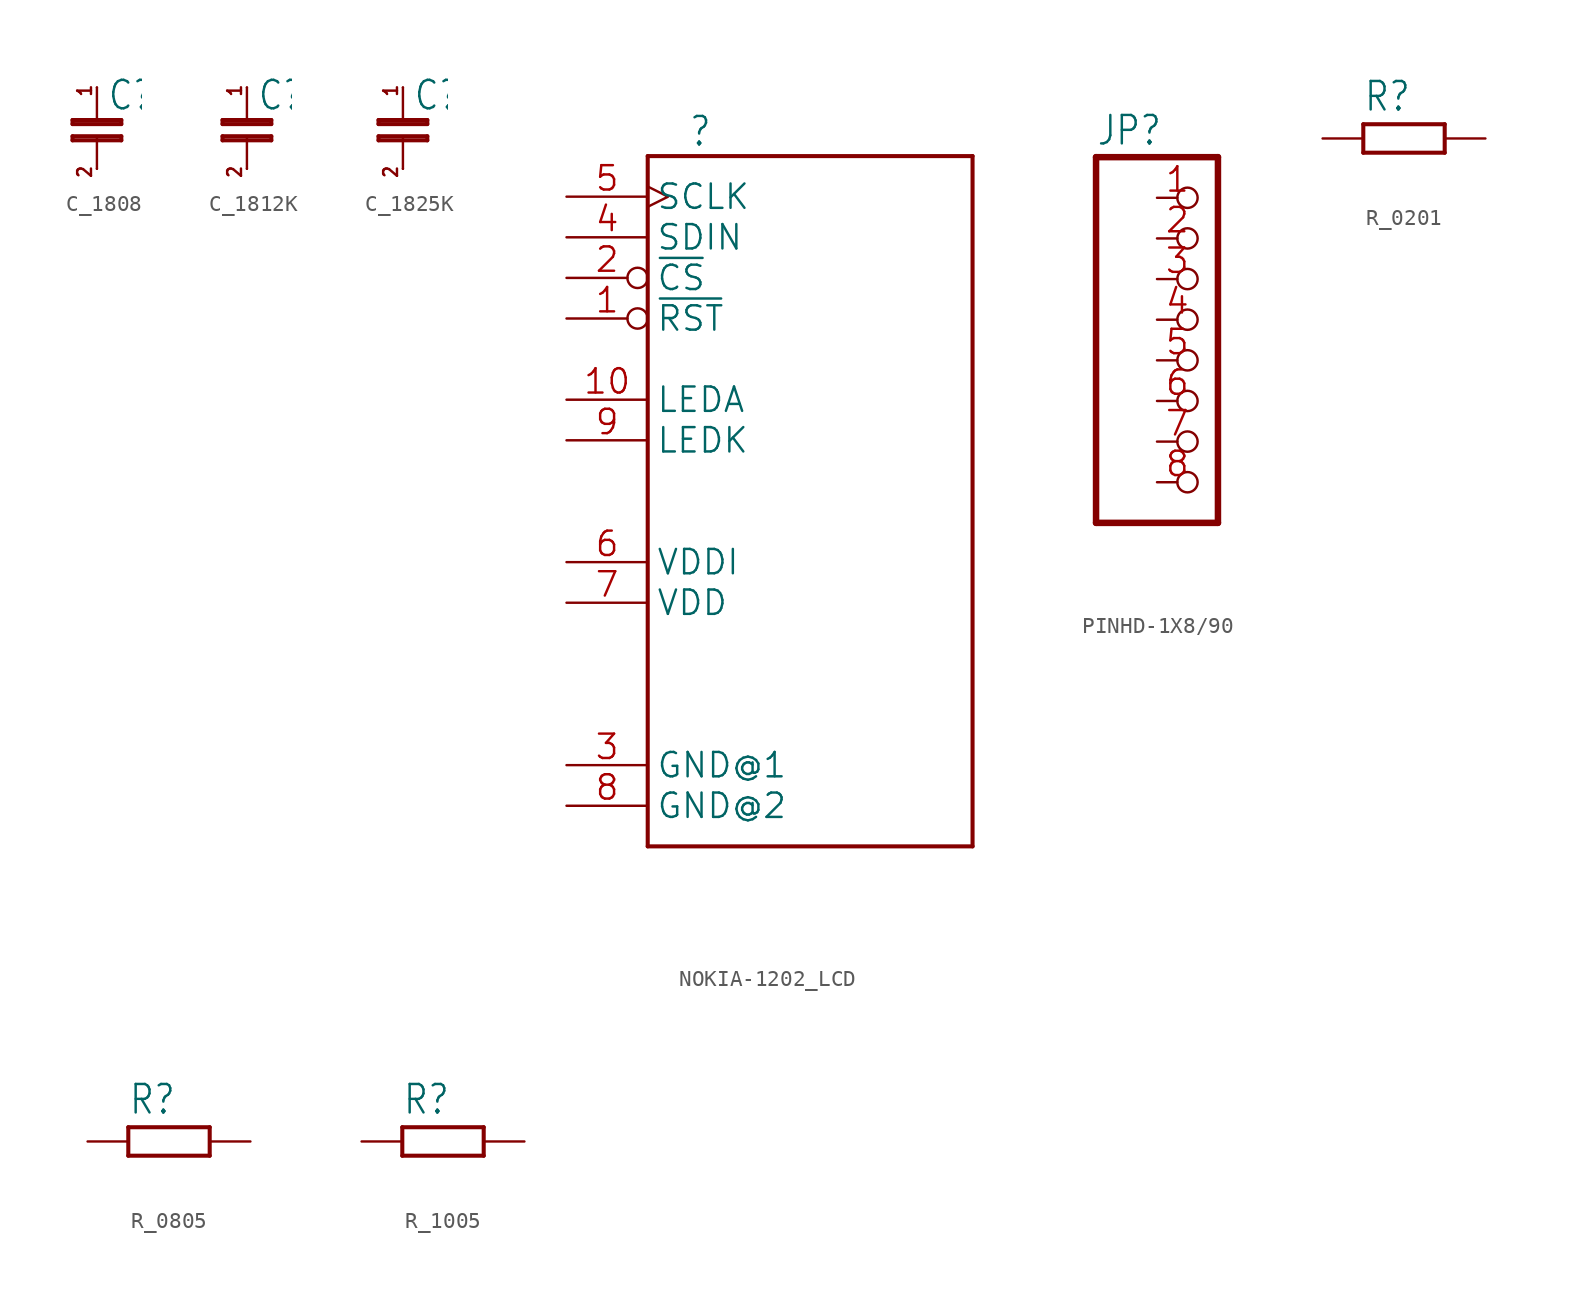
<source format=kicad_sym>
(kicad_symbol_lib
  (version 20241209)
  (generator "kicad_symbol_editor")
  (generator_version "9.0")
  (symbol "C_1808"
    (property "Reference" "C"
      (at 0.635 1.016 0)
      (effects (font (size 1.778 1.511)) (justify left bottom)))
    (property "Value" ""
      (at 0.508 -2.857 0)
      (effects (font (size 1.778 1.511)) (justify left bottom)))
    (property "ki_locked" ""
      (at 0 0 0)
      (effects (font (size 1.27 1.27))))
    (symbol "C_1808_1_0"
      (polyline (pts (xy -1.524 0.508) (xy -1.524 0.254)) (stroke (width 0.254) (type solid)) (fill (type none)))
      (polyline (pts (xy -1.524 0.254) (xy 1.524 0.254)) (stroke (width 0.254) (type solid)) (fill (type none)))
      (polyline (pts (xy -1.524 -0.508) (xy 1.524 -0.508)) (stroke (width 0.254) (type solid)) (fill (type none)))
      (polyline (pts (xy -1.524 -0.762) (xy -1.524 -0.508)) (stroke (width 0.254) (type solid)) (fill (type none)))
      (polyline (pts (xy 0 2.54) (xy 0 0.635)) (stroke (width 0.152) (type solid)) (fill (type none)))
      (polyline (pts (xy 0 -2.54) (xy 0 -0.635)) (stroke (width 0.152) (type solid)) (fill (type none)))
      (polyline (pts (xy 1.524 0.508) (xy -1.524 0.508)) (stroke (width 0.254) (type solid)) (fill (type none)))
      (polyline (pts (xy 1.524 0.254) (xy 1.524 0.508)) (stroke (width 0.254) (type solid)) (fill (type none)))
      (polyline (pts (xy 1.524 -0.508) (xy 1.524 -0.762)) (stroke (width 0.254) (type solid)) (fill (type none)))
      (polyline (pts (xy 1.524 -0.762) (xy -1.524 -0.762)) (stroke (width 0.254) (type solid)) (fill (type none)))
      (text "1" (at -1.27 2.794 900) (effects (font (size 0.864 0.734)) (justify right top)))
      (text "2" (at -1.27 -2.286 900) (effects (font (size 0.864 0.734)) (justify right top)))
      (pin passive line (at 0 2.54 270) (length 0) (name "1" (effects (font (size 0 0)))) (number "1" (effects (font (size 0 0)))))
      (pin passive line (at 0 -2.54 90) (length 0) (name "2" (effects (font (size 0 0)))) (number "2" (effects (font (size 0 0)))))))
  (symbol "C_1812K"
    (property "Reference" "C"
      (at 0.635 1.016 0)
      (effects (font (size 1.778 1.511)) (justify left bottom)))
    (property "Value" ""
      (at 0.508 -2.857 0)
      (effects (font (size 1.778 1.511)) (justify left bottom)))
    (property "ki_locked" ""
      (at 0 0 0)
      (effects (font (size 1.27 1.27))))
    (symbol "C_1812K_1_0"
      (polyline (pts (xy -1.524 0.508) (xy -1.524 0.254)) (stroke (width 0.254) (type solid)) (fill (type none)))
      (polyline (pts (xy -1.524 0.254) (xy 1.524 0.254)) (stroke (width 0.254) (type solid)) (fill (type none)))
      (polyline (pts (xy -1.524 -0.508) (xy 1.524 -0.508)) (stroke (width 0.254) (type solid)) (fill (type none)))
      (polyline (pts (xy -1.524 -0.762) (xy -1.524 -0.508)) (stroke (width 0.254) (type solid)) (fill (type none)))
      (polyline (pts (xy 0 2.54) (xy 0 0.635)) (stroke (width 0.152) (type solid)) (fill (type none)))
      (polyline (pts (xy 0 -2.54) (xy 0 -0.635)) (stroke (width 0.152) (type solid)) (fill (type none)))
      (polyline (pts (xy 1.524 0.508) (xy -1.524 0.508)) (stroke (width 0.254) (type solid)) (fill (type none)))
      (polyline (pts (xy 1.524 0.254) (xy 1.524 0.508)) (stroke (width 0.254) (type solid)) (fill (type none)))
      (polyline (pts (xy 1.524 -0.508) (xy 1.524 -0.762)) (stroke (width 0.254) (type solid)) (fill (type none)))
      (polyline (pts (xy 1.524 -0.762) (xy -1.524 -0.762)) (stroke (width 0.254) (type solid)) (fill (type none)))
      (text "1" (at -1.27 2.794 900) (effects (font (size 0.864 0.734)) (justify right top)))
      (text "2" (at -1.27 -2.286 900) (effects (font (size 0.864 0.734)) (justify right top)))
      (pin passive line (at 0 2.54 270) (length 0) (name "1" (effects (font (size 0 0)))) (number "1" (effects (font (size 0 0)))))
      (pin passive line (at 0 -2.54 90) (length 0) (name "2" (effects (font (size 0 0)))) (number "2" (effects (font (size 0 0)))))))
  (symbol "C_1825K"
    (property "Reference" "C"
      (at 0.635 1.016 0)
      (effects (font (size 1.778 1.511)) (justify left bottom)))
    (property "Value" ""
      (at 0.508 -2.857 0)
      (effects (font (size 1.778 1.511)) (justify left bottom)))
    (property "ki_locked" ""
      (at 0 0 0)
      (effects (font (size 1.27 1.27))))
    (symbol "C_1825K_1_0"
      (polyline (pts (xy -1.524 0.508) (xy -1.524 0.254)) (stroke (width 0.254) (type solid)) (fill (type none)))
      (polyline (pts (xy -1.524 0.254) (xy 1.524 0.254)) (stroke (width 0.254) (type solid)) (fill (type none)))
      (polyline (pts (xy -1.524 -0.508) (xy 1.524 -0.508)) (stroke (width 0.254) (type solid)) (fill (type none)))
      (polyline (pts (xy -1.524 -0.762) (xy -1.524 -0.508)) (stroke (width 0.254) (type solid)) (fill (type none)))
      (polyline (pts (xy 0 2.54) (xy 0 0.635)) (stroke (width 0.152) (type solid)) (fill (type none)))
      (polyline (pts (xy 0 -2.54) (xy 0 -0.635)) (stroke (width 0.152) (type solid)) (fill (type none)))
      (polyline (pts (xy 1.524 0.508) (xy -1.524 0.508)) (stroke (width 0.254) (type solid)) (fill (type none)))
      (polyline (pts (xy 1.524 0.254) (xy 1.524 0.508)) (stroke (width 0.254) (type solid)) (fill (type none)))
      (polyline (pts (xy 1.524 -0.508) (xy 1.524 -0.762)) (stroke (width 0.254) (type solid)) (fill (type none)))
      (polyline (pts (xy 1.524 -0.762) (xy -1.524 -0.762)) (stroke (width 0.254) (type solid)) (fill (type none)))
      (text "1" (at -1.27 2.794 900) (effects (font (size 0.864 0.734)) (justify right top)))
      (text "2" (at -1.27 -2.286 900) (effects (font (size 0.864 0.734)) (justify right top)))
      (pin passive line (at 0 2.54 270) (length 0) (name "1" (effects (font (size 0 0)))) (number "1" (effects (font (size 0 0)))))
      (pin passive line (at 0 -2.54 90) (length 0) (name "2" (effects (font (size 0 0)))) (number "2" (effects (font (size 0 0)))))))
  (symbol "NOKIA-1202_LCD"
    (property "Reference" ""
      (at -7.62 23.368 0)
      (effects (font (size 1.778 1.511)) (justify left bottom)))
    (property "Value" ""
      (at -7.62 -22.86 0)
      (effects (font (size 1.778 1.511)) (justify left bottom)))
    (property "ki_locked" ""
      (at 0 0 0)
      (effects (font (size 1.27 1.27))))
    (symbol "NOKIA-1202_LCD_1_0"
      (polyline (pts (xy -10.16 22.86) (xy 10.16 22.86)) (stroke (width 0.254) (type solid)) (fill (type none)))
      (polyline (pts (xy -10.16 -20.32) (xy -10.16 22.86)) (stroke (width 0.254) (type solid)) (fill (type none)))
      (polyline (pts (xy 10.16 22.86) (xy 10.16 -20.32)) (stroke (width 0.254) (type solid)) (fill (type none)))
      (polyline (pts (xy 10.16 -20.32) (xy -10.16 -20.32)) (stroke (width 0.254) (type solid)) (fill (type none)))
      (pin input clock (at -15.24 20.32 0) (length 5.08) (name "SCLK" (effects (font (size 1.524 1.524)))) (number "5" (effects (font (size 1.524 1.524)))))
      (pin input line (at -15.24 17.78 0) (length 5.08) (name "SDIN" (effects (font (size 1.524 1.524)))) (number "4" (effects (font (size 1.524 1.524)))))
      (pin input inverted (at -15.24 15.24 0) (length 5.08) (name "~{CS}" (effects (font (size 1.524 1.524)))) (number "2" (effects (font (size 1.524 1.524)))))
      (pin input inverted (at -15.24 12.7 0) (length 5.08) (name "~{RST}" (effects (font (size 1.524 1.524)))) (number "1" (effects (font (size 1.524 1.524)))))
      (pin passive line (at -15.24 7.62 0) (length 5.08) (name "LEDA" (effects (font (size 1.524 1.524)))) (number "10" (effects (font (size 1.524 1.524)))))
      (pin passive line (at -15.24 5.08 0) (length 5.08) (name "LEDK" (effects (font (size 1.524 1.524)))) (number "9" (effects (font (size 1.524 1.524)))))
      (pin power_in line (at -15.24 -2.54 0) (length 5.08) (name "VDDI" (effects (font (size 1.524 1.524)))) (number "6" (effects (font (size 1.524 1.524)))))
      (pin power_in line (at -15.24 -5.08 0) (length 5.08) (name "VDD" (effects (font (size 1.524 1.524)))) (number "7" (effects (font (size 1.524 1.524)))))
      (pin power_in line (at -15.24 -15.24 0) (length 5.08) (name "GND@1" (effects (font (size 1.524 1.524)))) (number "3" (effects (font (size 1.524 1.524)))))
      (pin power_in line (at -15.24 -17.78 0) (length 5.08) (name "GND@2" (effects (font (size 1.524 1.524)))) (number "8" (effects (font (size 1.524 1.524)))))))
  (symbol "PINHD-1X8/90"
    (property "Reference" "JP"
      (at -6.35 13.335 0)
      (effects (font (size 1.778 1.511)) (justify left bottom)))
    (property "Value" ""
      (at -6.35 -12.7 0)
      (effects (font (size 1.778 1.511)) (justify left bottom)))
    (property "ki_locked" ""
      (at 0 0 0)
      (effects (font (size 1.27 1.27))))
    (symbol "PINHD-1X8/90_1_0"
      (polyline (pts (xy -6.35 12.7) (xy -6.35 -10.16)) (stroke (width 0.406) (type solid)) (fill (type none)))
      (polyline (pts (xy -6.35 -10.16) (xy 1.27 -10.16)) (stroke (width 0.406) (type solid)) (fill (type none)))
      (polyline (pts (xy 1.27 12.7) (xy -6.35 12.7)) (stroke (width 0.406) (type solid)) (fill (type none)))
      (polyline (pts (xy 1.27 -10.16) (xy 1.27 12.7)) (stroke (width 0.406) (type solid)) (fill (type none)))
      (pin passive inverted (at -2.54 10.16 0) (length 2.54) (name "1" (effects (font (size 0 0)))) (number "1" (effects (font (size 1.524 1.524)))))
      (pin passive inverted (at -2.54 7.62 0) (length 2.54) (name "2" (effects (font (size 0 0)))) (number "2" (effects (font (size 1.524 1.524)))))
      (pin passive inverted (at -2.54 5.08 0) (length 2.54) (name "3" (effects (font (size 0 0)))) (number "3" (effects (font (size 1.524 1.524)))))
      (pin passive inverted (at -2.54 2.54 0) (length 2.54) (name "4" (effects (font (size 0 0)))) (number "4" (effects (font (size 1.524 1.524)))))
      (pin passive inverted (at -2.54 0 0) (length 2.54) (name "5" (effects (font (size 0 0)))) (number "5" (effects (font (size 1.524 1.524)))))
      (pin passive inverted (at -2.54 -2.54 0) (length 2.54) (name "6" (effects (font (size 0 0)))) (number "6" (effects (font (size 1.524 1.524)))))
      (pin passive inverted (at -2.54 -5.08 0) (length 2.54) (name "7" (effects (font (size 0 0)))) (number "7" (effects (font (size 1.524 1.524)))))
      (pin passive inverted (at -2.54 -7.62 0) (length 2.54) (name "8" (effects (font (size 0 0)))) (number "8" (effects (font (size 1.524 1.524)))))))
  (symbol "R_0201"
    (property "Reference" "R"
      (at -2.54 1.587 0)
      (effects (font (size 1.778 1.511)) (justify left bottom)))
    (property "Value" ""
      (at -2.54 -3.175 0)
      (effects (font (size 1.778 1.511)) (justify left bottom)))
    (property "ki_locked" ""
      (at 0 0 0)
      (effects (font (size 1.27 1.27))))
    (symbol "R_0201_1_0"
      (polyline (pts (xy -2.54 0.889) (xy 2.54 0.889)) (stroke (width 0.254) (type solid)) (fill (type none)))
      (polyline (pts (xy -2.54 -0.889) (xy -2.54 0.889)) (stroke (width 0.254) (type solid)) (fill (type none)))
      (polyline (pts (xy 2.54 0.889) (xy 2.54 -0.889)) (stroke (width 0.254) (type solid)) (fill (type none)))
      (polyline (pts (xy 2.54 -0.889) (xy -2.54 -0.889)) (stroke (width 0.254) (type solid)) (fill (type none)))
      (pin passive line (at -5.08 0 0) (length 2.54) (name "1" (effects (font (size 0 0)))) (number "1" (effects (font (size 0 0)))))
      (pin passive line (at 5.08 0 180) (length 2.54) (name "2" (effects (font (size 0 0)))) (number "2" (effects (font (size 0 0)))))))
  (symbol "R_0805"
    (property "Reference" "R"
      (at -2.54 1.587 0)
      (effects (font (size 1.778 1.511)) (justify left bottom)))
    (property "Value" ""
      (at -2.54 -3.175 0)
      (effects (font (size 1.778 1.511)) (justify left bottom)))
    (property "ki_locked" ""
      (at 0 0 0)
      (effects (font (size 1.27 1.27))))
    (symbol "R_0805_1_0"
      (polyline (pts (xy -2.54 0.889) (xy 2.54 0.889)) (stroke (width 0.254) (type solid)) (fill (type none)))
      (polyline (pts (xy -2.54 -0.889) (xy -2.54 0.889)) (stroke (width 0.254) (type solid)) (fill (type none)))
      (polyline (pts (xy 2.54 0.889) (xy 2.54 -0.889)) (stroke (width 0.254) (type solid)) (fill (type none)))
      (polyline (pts (xy 2.54 -0.889) (xy -2.54 -0.889)) (stroke (width 0.254) (type solid)) (fill (type none)))
      (pin passive line (at -5.08 0 0) (length 2.54) (name "1" (effects (font (size 0 0)))) (number "1" (effects (font (size 0 0)))))
      (pin passive line (at 5.08 0 180) (length 2.54) (name "2" (effects (font (size 0 0)))) (number "2" (effects (font (size 0 0)))))))
  (symbol "R_1005"
    (property "Reference" "R"
      (at -2.54 1.587 0)
      (effects (font (size 1.778 1.511)) (justify left bottom)))
    (property "Value" ""
      (at -2.54 -3.175 0)
      (effects (font (size 1.778 1.511)) (justify left bottom)))
    (property "ki_locked" ""
      (at 0 0 0)
      (effects (font (size 1.27 1.27))))
    (symbol "R_1005_1_0"
      (polyline (pts (xy -2.54 0.889) (xy 2.54 0.889)) (stroke (width 0.254) (type solid)) (fill (type none)))
      (polyline (pts (xy -2.54 -0.889) (xy -2.54 0.889)) (stroke (width 0.254) (type solid)) (fill (type none)))
      (polyline (pts (xy 2.54 0.889) (xy 2.54 -0.889)) (stroke (width 0.254) (type solid)) (fill (type none)))
      (polyline (pts (xy 2.54 -0.889) (xy -2.54 -0.889)) (stroke (width 0.254) (type solid)) (fill (type none)))
      (pin passive line (at -5.08 0 0) (length 2.54) (name "1" (effects (font (size 0 0)))) (number "1" (effects (font (size 0 0)))))
      (pin passive line (at 5.08 0 180) (length 2.54) (name "2" (effects (font (size 0 0)))) (number "2" (effects (font (size 0 0))))))))
</source>
